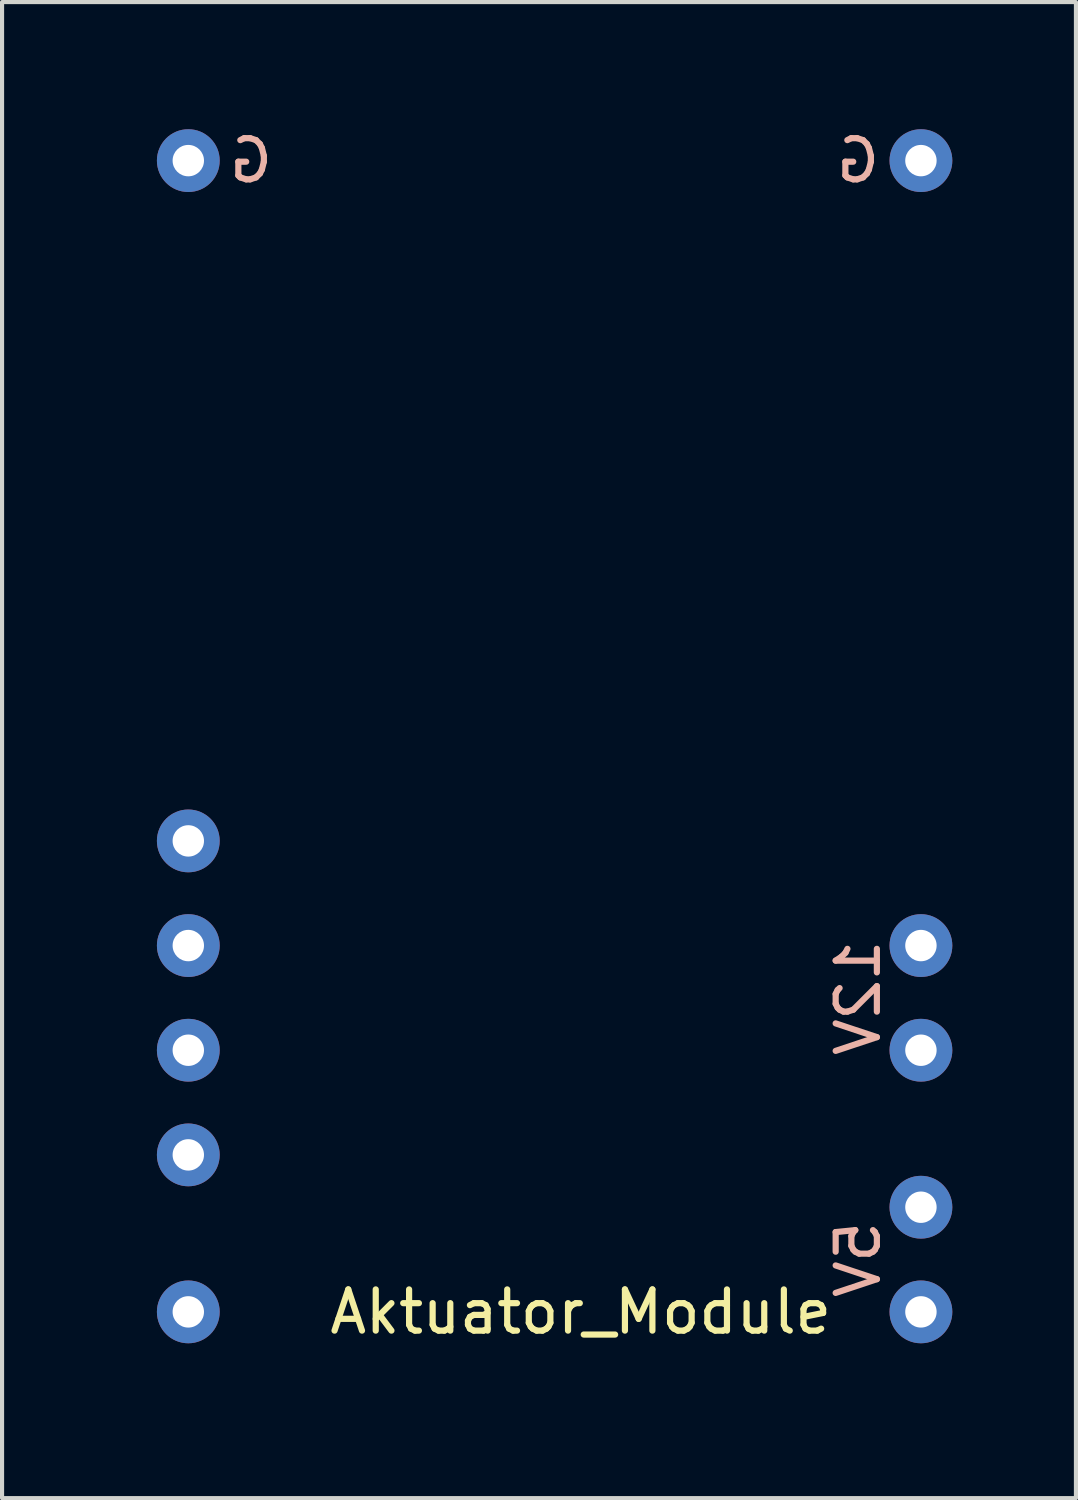
<source format=kicad_pcb>
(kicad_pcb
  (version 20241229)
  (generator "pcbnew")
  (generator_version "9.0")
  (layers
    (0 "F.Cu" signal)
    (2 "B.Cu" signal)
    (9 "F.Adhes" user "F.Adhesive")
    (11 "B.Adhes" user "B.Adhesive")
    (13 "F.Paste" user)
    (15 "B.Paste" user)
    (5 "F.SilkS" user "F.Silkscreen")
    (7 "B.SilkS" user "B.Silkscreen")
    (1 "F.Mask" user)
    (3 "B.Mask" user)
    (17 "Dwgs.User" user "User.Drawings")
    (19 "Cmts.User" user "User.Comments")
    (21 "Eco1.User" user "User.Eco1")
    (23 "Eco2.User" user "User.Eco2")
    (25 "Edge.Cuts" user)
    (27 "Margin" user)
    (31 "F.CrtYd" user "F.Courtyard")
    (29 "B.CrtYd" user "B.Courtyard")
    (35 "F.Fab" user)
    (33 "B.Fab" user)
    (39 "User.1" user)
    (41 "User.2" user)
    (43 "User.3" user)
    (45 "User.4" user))
  (footprint "Aktuator_Module"
    (layer "F.Cu")
    (at 0.25 30.058)
    (property "Reference" "Aktuator_Module" (at 10.795 -1.27 0) (layer "F.SilkS") (effects (font (size 1 1) (thickness 0.15))))
    (attr exclude_from_pos_files exclude_from_bom)
    (fp_text user "12V" (at 17.526 -8.89 90) (layer "B.SilkS") (effects (font (size 1 1) (thickness 0.15)) (justify mirror)))
    (fp_text user "G" (at 2.794 -29.21 0) (layer "B.SilkS") (effects (font (size 1 1) (thickness 0.15)) (justify mirror)))
    (fp_text user "5V" (at 17.526 -2.54 90) (layer "B.SilkS") (effects (font (size 1 1) (thickness 0.15)) (justify mirror)))
    (fp_text user "G" (at 17.526 -29.21 0) (layer "B.SilkS") (effects (font (size 1 1) (thickness 0.15)) (justify mirror)))
    (pad "1" thru_hole circle (at 19.05 -3.81) (size 1.524 1.524) (drill 0.762) (layers "*.Cu" "*.Mask"))
    (pad "1" thru_hole circle (at 19.05 -1.27) (size 1.524 1.524) (drill 0.762) (layers "*.Cu" "*.Mask"))
    (pad "2" thru_hole circle (at 19.05 -10.16) (size 1.524 1.524) (drill 0.762) (layers "*.Cu" "*.Mask"))
    (pad "2" thru_hole circle (at 19.05 -7.62) (size 1.524 1.524) (drill 0.762) (layers "*.Cu" "*.Mask"))
    (pad "3" thru_hole circle (at 1.27 -1.27) (size 1.524 1.524) (drill 0.762) (layers "*.Cu" "*.Mask"))
    (pad "4" thru_hole circle (at 1.27 -29.21) (size 1.524 1.524) (drill 0.762) (layers "*.Cu" "*.Mask"))
    (pad "4" thru_hole circle (at 19.05 -29.21) (size 1.524 1.524) (drill 0.762) (layers "*.Cu" "*.Mask"))
    (pad "6" thru_hole circle (at 1.27 -5.08) (size 1.524 1.524) (drill 0.762) (layers "*.Cu" "*.Mask"))
    (pad "7" thru_hole circle (at 1.27 -7.62) (size 1.524 1.524) (drill 0.762) (layers "*.Cu" "*.Mask"))
    (pad "8" thru_hole circle (at 1.27 -10.16) (size 1.524 1.524) (drill 0.762) (layers "*.Cu" "*.Mask"))
    (pad "9" thru_hole circle (at 1.27 -12.7) (size 1.524 1.524) (drill 0.762) (layers "*.Cu" "*.Mask")))
  (gr_rect
    (start -3 -3)
    (end 23.062 33.308)
    (stroke (width 0.1) (type default))
    (fill no)
    (layer "Edge.Cuts")))
</source>
